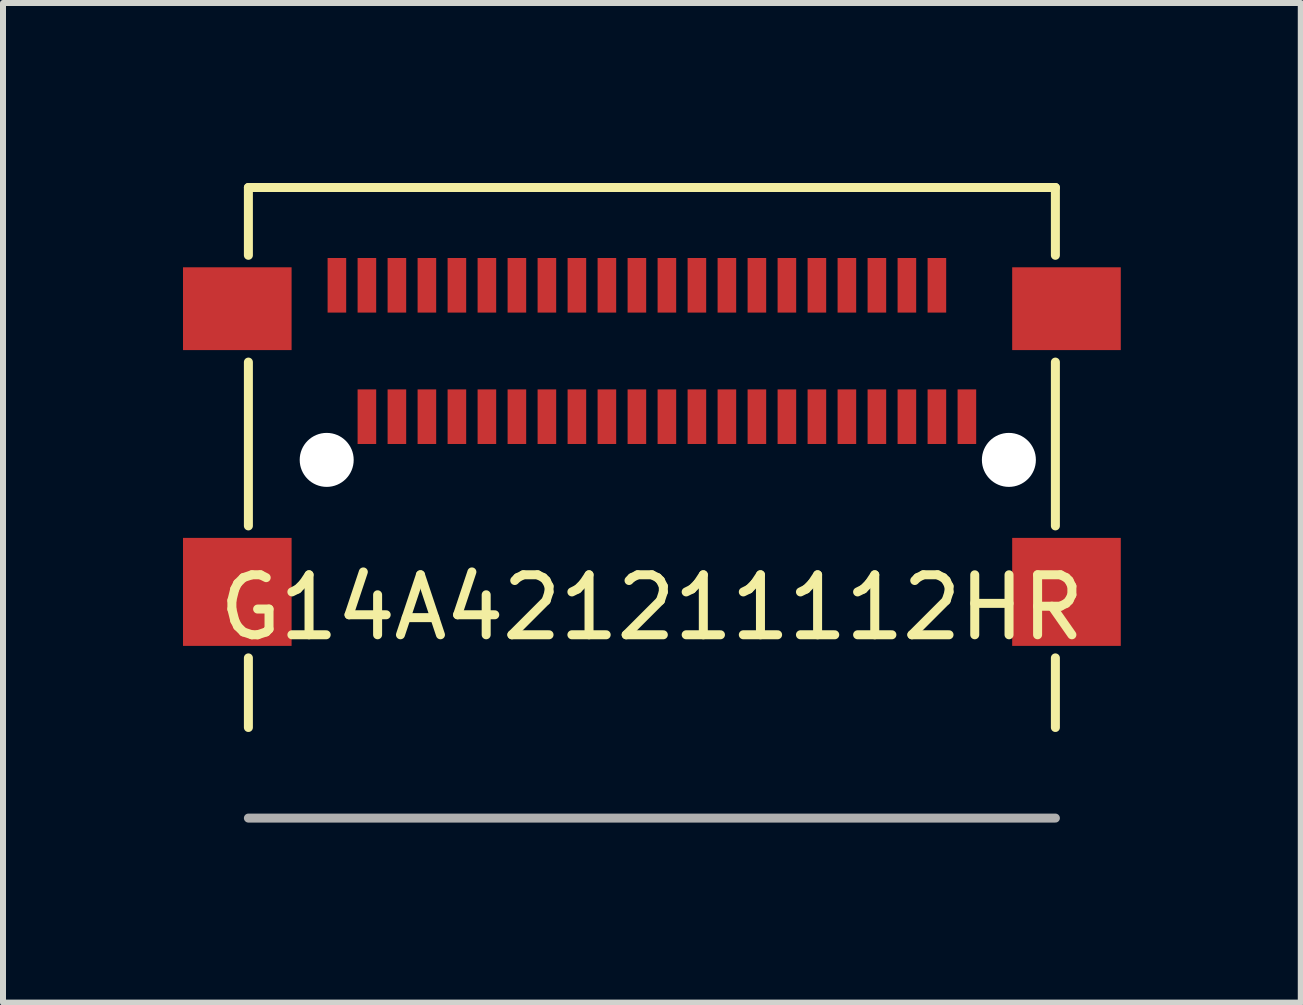
<source format=kicad_pcb>
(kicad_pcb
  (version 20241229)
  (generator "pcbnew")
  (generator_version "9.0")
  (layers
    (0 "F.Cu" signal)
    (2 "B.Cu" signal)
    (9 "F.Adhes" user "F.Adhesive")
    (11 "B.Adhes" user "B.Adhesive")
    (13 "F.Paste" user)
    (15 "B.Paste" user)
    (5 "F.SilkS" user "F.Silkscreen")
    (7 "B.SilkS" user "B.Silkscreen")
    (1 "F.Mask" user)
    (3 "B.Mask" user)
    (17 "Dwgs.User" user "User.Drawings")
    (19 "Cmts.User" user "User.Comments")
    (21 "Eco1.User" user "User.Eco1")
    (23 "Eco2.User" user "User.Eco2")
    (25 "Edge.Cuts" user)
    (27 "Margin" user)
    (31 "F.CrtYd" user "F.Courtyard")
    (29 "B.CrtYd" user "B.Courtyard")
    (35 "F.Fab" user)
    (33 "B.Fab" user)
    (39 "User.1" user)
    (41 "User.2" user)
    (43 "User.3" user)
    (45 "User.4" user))
  (footprint "G14A421211112HR"
    (layer "F.Cu")
    (at 7.815 9.075)
    (property "Reference" "G14A421211112HR" (at 0 -2 0) (layer "F.SilkS") (effects (font (size 1 1) (thickness 0.15))))
    (attr through_hole)
    (fp_line (start -6.725 -9) (end -6.725 -7.87) (stroke (width 0.15) (type solid)) (layer "F.SilkS"))
    (fp_line (start -6.725 -3.36) (end -6.725 -6.09) (stroke (width 0.15) (type solid)) (layer "F.SilkS"))
    (fp_line (start -6.725 0) (end -6.725 -1.16) (stroke (width 0.15) (type solid)) (layer "F.SilkS"))
    (fp_line (start 6.725 -9) (end -6.725 -9) (stroke (width 0.15) (type solid)) (layer "F.SilkS"))
    (fp_line (start 6.725 -7.87) (end 6.725 -9) (stroke (width 0.15) (type solid)) (layer "F.SilkS"))
    (fp_line (start 6.725 -3.36) (end 6.725 -6.09) (stroke (width 0.15) (type solid)) (layer "F.SilkS"))
    (fp_line (start 6.725 0) (end 6.725 -1.16) (stroke (width 0.15) (type solid)) (layer "F.SilkS"))
    (fp_line (start 6.725 1.51) (end -6.725 1.51) (stroke (width 0.15) (type solid)) (layer "F.Fab"))
    (pad "" np_thru_hole circle (at -5.42 -4.46) (size 0.9 0.9) (drill 0.9) (layers "*.Cu" "*.Mask"))
    (pad "" np_thru_hole circle (at 5.95 -4.46) (size 0.9 0.9) (drill 0.9) (layers "*.Cu" "*.Mask"))
    (pad "A1" smd rect (at -4.75 -5.18) (size 0.31 0.91) (layers "F.Cu" "F.Mask" "F.Paste"))
    (pad "A2" smd rect (at -4.25 -5.18) (size 0.31 0.91) (layers "F.Cu" "F.Mask" "F.Paste"))
    (pad "A3" smd rect (at -3.75 -5.18) (size 0.31 0.91) (layers "F.Cu" "F.Mask" "F.Paste"))
    (pad "A4" smd rect (at -3.25 -5.18) (size 0.31 0.91) (layers "F.Cu" "F.Mask" "F.Paste"))
    (pad "A5" smd rect (at -2.75 -5.18) (size 0.31 0.91) (layers "F.Cu" "F.Mask" "F.Paste"))
    (pad "A6" smd rect (at -2.25 -5.18) (size 0.31 0.91) (layers "F.Cu" "F.Mask" "F.Paste"))
    (pad "A7" smd rect (at -1.75 -5.18) (size 0.31 0.91) (layers "F.Cu" "F.Mask" "F.Paste"))
    (pad "A8" smd rect (at -1.25 -5.18) (size 0.31 0.91) (layers "F.Cu" "F.Mask" "F.Paste"))
    (pad "A9" smd rect (at -0.75 -5.18) (size 0.31 0.91) (layers "F.Cu" "F.Mask" "F.Paste"))
    (pad "A10" smd rect (at -0.25 -5.18) (size 0.31 0.91) (layers "F.Cu" "F.Mask" "F.Paste"))
    (pad "A11" smd rect (at 0.25 -5.18) (size 0.31 0.91) (layers "F.Cu" "F.Mask" "F.Paste"))
    (pad "A12" smd rect (at 0.75 -5.18) (size 0.31 0.91) (layers "F.Cu" "F.Mask" "F.Paste"))
    (pad "A13" smd rect (at 1.25 -5.18) (size 0.31 0.91) (layers "F.Cu" "F.Mask" "F.Paste"))
    (pad "A14" smd rect (at 1.75 -5.18) (size 0.31 0.91) (layers "F.Cu" "F.Mask" "F.Paste"))
    (pad "A15" smd rect (at 2.25 -5.18) (size 0.31 0.91) (layers "F.Cu" "F.Mask" "F.Paste"))
    (pad "A16" smd rect (at 2.75 -5.18) (size 0.31 0.91) (layers "F.Cu" "F.Mask" "F.Paste"))
    (pad "A17" smd rect (at 3.25 -5.18) (size 0.31 0.91) (layers "F.Cu" "F.Mask" "F.Paste"))
    (pad "A18" smd rect (at 3.75 -5.18) (size 0.31 0.91) (layers "F.Cu" "F.Mask" "F.Paste"))
    (pad "A19" smd rect (at 4.25 -5.18) (size 0.31 0.91) (layers "F.Cu" "F.Mask" "F.Paste"))
    (pad "A20" smd rect (at 4.75 -5.18) (size 0.31 0.91) (layers "F.Cu" "F.Mask" "F.Paste"))
    (pad "A21" smd rect (at 5.25 -5.18) (size 0.31 0.91) (layers "F.Cu" "F.Mask" "F.Paste"))
    (pad "B1" smd rect (at -5.25 -7.37) (size 0.31 0.91) (layers "F.Cu" "F.Mask" "F.Paste"))
    (pad "B2" smd rect (at -4.75 -7.37) (size 0.31 0.91) (layers "F.Cu" "F.Mask" "F.Paste"))
    (pad "B3" smd rect (at -4.25 -7.37) (size 0.31 0.91) (layers "F.Cu" "F.Mask" "F.Paste"))
    (pad "B4" smd rect (at -3.75 -7.37) (size 0.31 0.91) (layers "F.Cu" "F.Mask" "F.Paste"))
    (pad "B5" smd rect (at -3.25 -7.37) (size 0.31 0.91) (layers "F.Cu" "F.Mask" "F.Paste"))
    (pad "B6" smd rect (at -2.75 -7.37) (size 0.31 0.91) (layers "F.Cu" "F.Mask" "F.Paste"))
    (pad "B7" smd rect (at -2.25 -7.37) (size 0.31 0.91) (layers "F.Cu" "F.Mask" "F.Paste"))
    (pad "B8" smd rect (at -1.75 -7.37) (size 0.31 0.91) (layers "F.Cu" "F.Mask" "F.Paste"))
    (pad "B9" smd rect (at -1.25 -7.37) (size 0.31 0.91) (layers "F.Cu" "F.Mask" "F.Paste"))
    (pad "B10" smd rect (at -0.75 -7.37) (size 0.31 0.91) (layers "F.Cu" "F.Mask" "F.Paste"))
    (pad "B11" smd rect (at -0.25 -7.37) (size 0.31 0.91) (layers "F.Cu" "F.Mask" "F.Paste"))
    (pad "B12" smd rect (at 0.25 -7.37) (size 0.31 0.91) (layers "F.Cu" "F.Mask" "F.Paste"))
    (pad "B13" smd rect (at 0.75 -7.37) (size 0.31 0.91) (layers "F.Cu" "F.Mask" "F.Paste"))
    (pad "B14" smd rect (at 1.25 -7.37) (size 0.31 0.91) (layers "F.Cu" "F.Mask" "F.Paste"))
    (pad "B15" smd rect (at 1.75 -7.37) (size 0.31 0.91) (layers "F.Cu" "F.Mask" "F.Paste"))
    (pad "B16" smd rect (at 2.25 -7.37) (size 0.31 0.91) (layers "F.Cu" "F.Mask" "F.Paste"))
    (pad "B17" smd rect (at 2.75 -7.37) (size 0.31 0.91) (layers "F.Cu" "F.Mask" "F.Paste"))
    (pad "B18" smd rect (at 3.25 -7.37) (size 0.31 0.91) (layers "F.Cu" "F.Mask" "F.Paste"))
    (pad "B19" smd rect (at 3.75 -7.37) (size 0.31 0.91) (layers "F.Cu" "F.Mask" "F.Paste"))
    (pad "B20" smd rect (at 4.25 -7.37) (size 0.31 0.91) (layers "F.Cu" "F.Mask" "F.Paste"))
    (pad "B21" smd rect (at 4.75 -7.37) (size 0.31 0.91) (layers "F.Cu" "F.Mask" "F.Paste"))
    (pad "M" smd rect (at -6.91 -6.98) (size 1.81 1.38) (layers "F.Cu" "F.Mask" "F.Paste"))
    (pad "M" smd rect (at -6.91 -2.26) (size 1.81 1.8) (layers "F.Cu" "F.Mask" "F.Paste"))
    (pad "M" smd rect (at 6.91 -6.98) (size 1.81 1.38) (layers "F.Cu" "F.Mask" "F.Paste"))
    (pad "M" smd rect (at 6.91 -2.26) (size 1.81 1.8) (layers "F.Cu" "F.Mask" "F.Paste")))
  (gr_rect
    (start -3 -3)
    (end 18.63 13.66)
    (stroke (width 0.1) (type default))
    (fill no)
    (layer "Edge.Cuts")))
</source>
